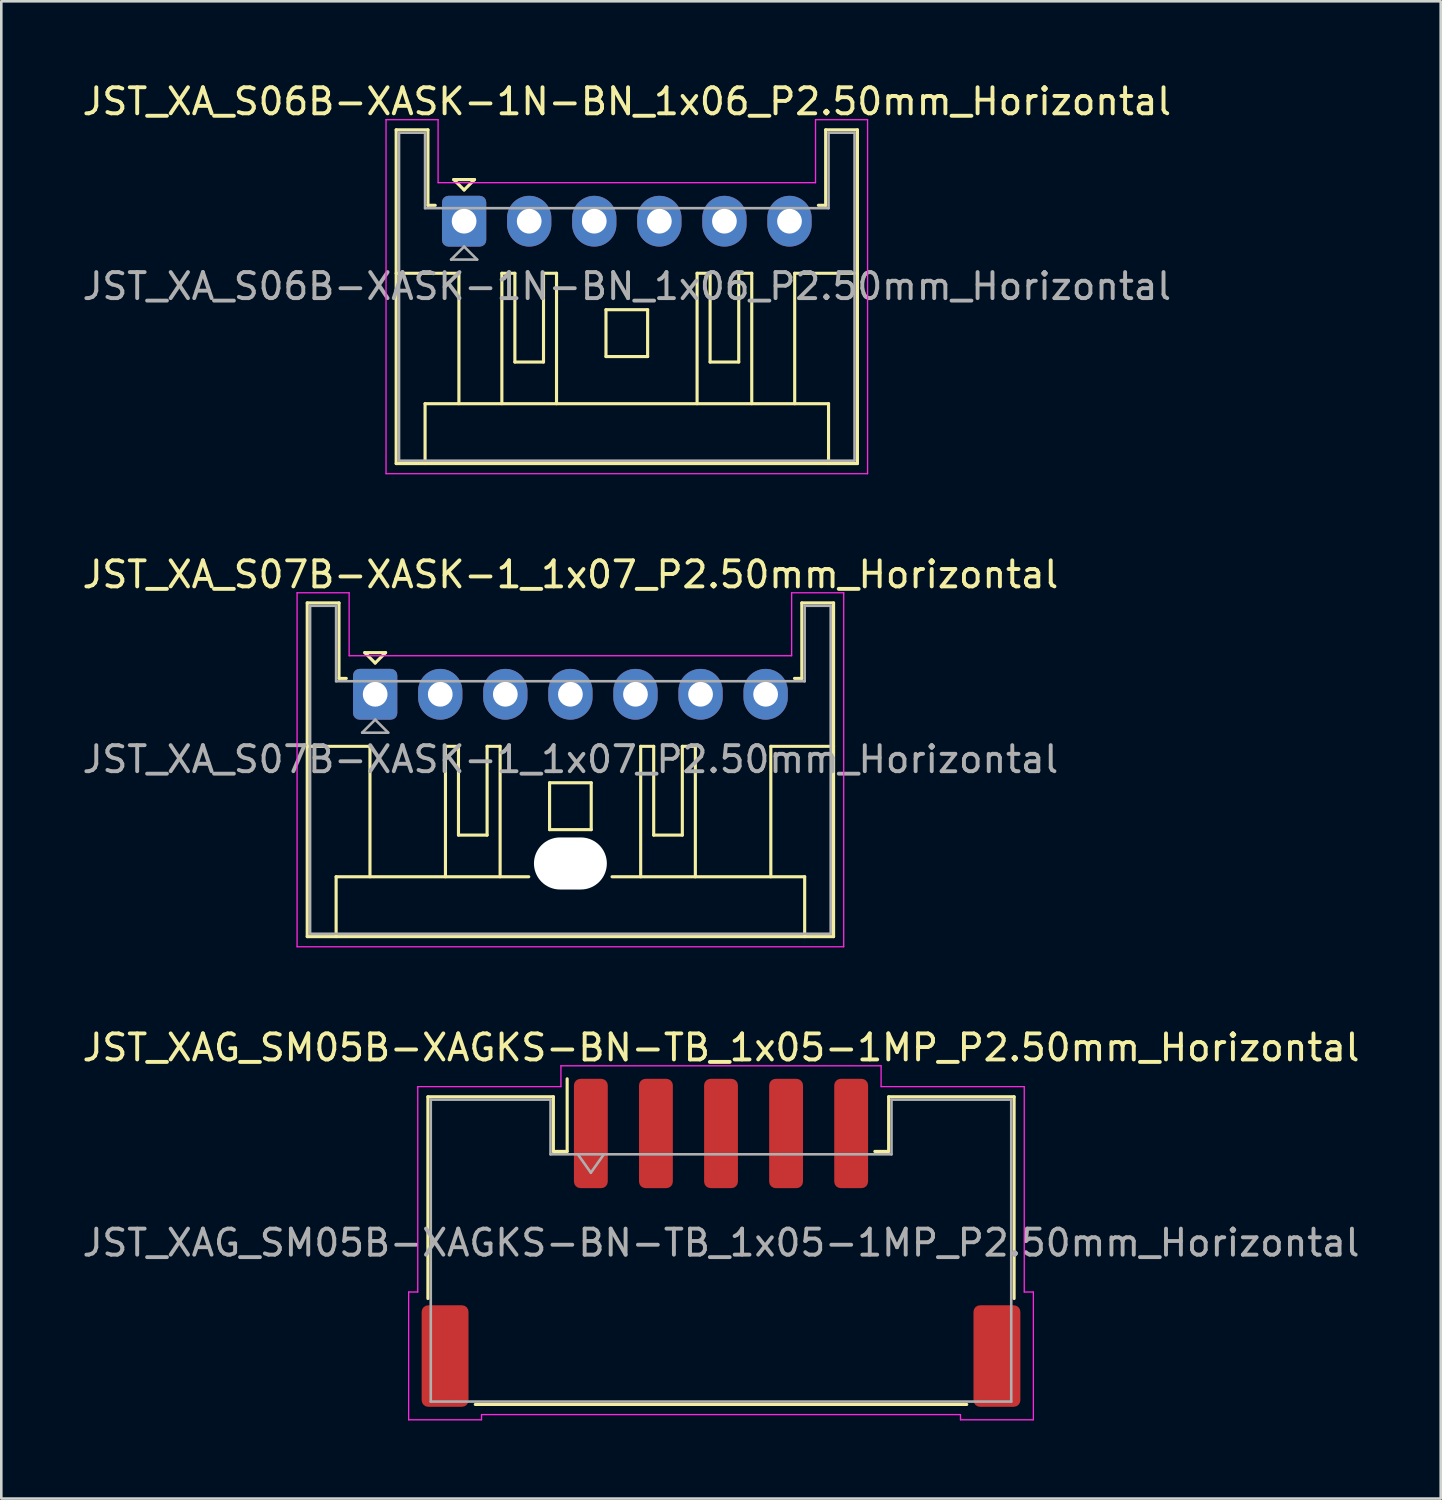
<source format=kicad_pcb>
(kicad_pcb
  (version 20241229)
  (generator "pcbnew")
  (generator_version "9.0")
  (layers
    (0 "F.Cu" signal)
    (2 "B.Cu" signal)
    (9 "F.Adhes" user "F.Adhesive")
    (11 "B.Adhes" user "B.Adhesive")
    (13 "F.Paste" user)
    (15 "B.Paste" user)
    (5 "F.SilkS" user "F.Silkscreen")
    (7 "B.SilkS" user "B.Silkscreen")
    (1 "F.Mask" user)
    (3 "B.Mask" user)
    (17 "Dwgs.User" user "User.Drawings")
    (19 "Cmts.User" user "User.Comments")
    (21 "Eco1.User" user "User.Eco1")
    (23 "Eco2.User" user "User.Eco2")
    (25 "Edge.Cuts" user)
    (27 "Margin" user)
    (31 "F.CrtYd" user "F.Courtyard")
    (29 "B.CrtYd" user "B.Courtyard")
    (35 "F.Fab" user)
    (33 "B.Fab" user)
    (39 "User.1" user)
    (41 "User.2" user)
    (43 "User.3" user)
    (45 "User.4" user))
  (footprint "JST_XA_S06B-XASK-1N-BN_1x06_P2.50mm_Horizontal"
    (layer "F.Cu")
    (at 14.78 5.448)
    (property "Reference" "JST_XA_S06B-XASK-1N-BN_1x06_P2.50mm_Horizontal" (at 6.25 -4.6 0) (layer "F.SilkS") (effects (font (size 1 1) (thickness 0.15))))
    (attr through_hole)
    (fp_line (start -2.61 -3.51) (end -2.61 9.31) (stroke (width 0.12) (type solid)) (layer "F.SilkS"))
    (fp_line (start -2.61 9.31) (end 15.11 9.31) (stroke (width 0.12) (type solid)) (layer "F.SilkS"))
    (fp_line (start -1.5 7.01) (end 14 7.01) (stroke (width 0.12) (type solid)) (layer "F.SilkS"))
    (fp_line (start -1.5 9.31) (end -1.5 7.01) (stroke (width 0.12) (type solid)) (layer "F.SilkS"))
    (fp_line (start -1.39 -3.51) (end -2.61 -3.51) (stroke (width 0.12) (type solid)) (layer "F.SilkS"))
    (fp_line (start -1.39 -0.61) (end -1.39 -3.51) (stroke (width 0.12) (type solid)) (layer "F.SilkS"))
    (fp_line (start -1.11 -0.61) (end -1.39 -0.61) (stroke (width 0.12) (type solid)) (layer "F.SilkS"))
    (fp_line (start -0.4 -1.6) (end 0.4 -1.6) (stroke (width 0.12) (type solid)) (layer "F.SilkS"))
    (fp_line (start -0.2 2) (end -2.61 2) (stroke (width 0.12) (type solid)) (layer "F.SilkS"))
    (fp_line (start -0.2 7.01) (end -0.2 2) (stroke (width 0.12) (type solid)) (layer "F.SilkS"))
    (fp_line (start 0 -1.2) (end -0.4 -1.6) (stroke (width 0.12) (type solid)) (layer "F.SilkS"))
    (fp_line (start 0.4 -1.6) (end 0 -1.2) (stroke (width 0.12) (type solid)) (layer "F.SilkS"))
    (fp_line (start 1.45 2) (end 1.45 7.01) (stroke (width 0.12) (type solid)) (layer "F.SilkS"))
    (fp_line (start 1.95 2) (end 1.45 2) (stroke (width 0.12) (type solid)) (layer "F.SilkS"))
    (fp_line (start 1.95 5.41) (end 1.95 2) (stroke (width 0.12) (type solid)) (layer "F.SilkS"))
    (fp_line (start 3.05 2) (end 3.05 5.41) (stroke (width 0.12) (type solid)) (layer "F.SilkS"))
    (fp_line (start 3.05 5.41) (end 1.95 5.41) (stroke (width 0.12) (type solid)) (layer "F.SilkS"))
    (fp_line (start 3.55 2) (end 3.05 2) (stroke (width 0.12) (type solid)) (layer "F.SilkS"))
    (fp_line (start 3.55 7.01) (end 3.55 2) (stroke (width 0.12) (type solid)) (layer "F.SilkS"))
    (fp_line (start 5.45 3.4) (end 7.05 3.4) (stroke (width 0.12) (type solid)) (layer "F.SilkS"))
    (fp_line (start 5.45 5.2) (end 5.45 3.4) (stroke (width 0.12) (type solid)) (layer "F.SilkS"))
    (fp_line (start 7.05 3.4) (end 7.05 5.2) (stroke (width 0.12) (type solid)) (layer "F.SilkS"))
    (fp_line (start 7.05 5.2) (end 5.45 5.2) (stroke (width 0.12) (type solid)) (layer "F.SilkS"))
    (fp_line (start 8.95 2) (end 9.45 2) (stroke (width 0.12) (type solid)) (layer "F.SilkS"))
    (fp_line (start 8.95 7.01) (end 8.95 2) (stroke (width 0.12) (type solid)) (layer "F.SilkS"))
    (fp_line (start 9.45 2) (end 9.45 5.41) (stroke (width 0.12) (type solid)) (layer "F.SilkS"))
    (fp_line (start 9.45 5.41) (end 10.55 5.41) (stroke (width 0.12) (type solid)) (layer "F.SilkS"))
    (fp_line (start 10.55 2) (end 11.05 2) (stroke (width 0.12) (type solid)) (layer "F.SilkS"))
    (fp_line (start 10.55 5.41) (end 10.55 2) (stroke (width 0.12) (type solid)) (layer "F.SilkS"))
    (fp_line (start 11.05 2) (end 11.05 7.01) (stroke (width 0.12) (type solid)) (layer "F.SilkS"))
    (fp_line (start 12.7 2) (end 15.11 2) (stroke (width 0.12) (type solid)) (layer "F.SilkS"))
    (fp_line (start 12.7 7.01) (end 12.7 2) (stroke (width 0.12) (type solid)) (layer "F.SilkS"))
    (fp_line (start 13.89 -3.51) (end 13.89 -0.61) (stroke (width 0.12) (type solid)) (layer "F.SilkS"))
    (fp_line (start 13.89 -0.61) (end 13.61 -0.61) (stroke (width 0.12) (type solid)) (layer "F.SilkS"))
    (fp_line (start 14 7.01) (end 14 9.31) (stroke (width 0.12) (type solid)) (layer "F.SilkS"))
    (fp_line (start 15.11 -3.51) (end 13.89 -3.51) (stroke (width 0.12) (type solid)) (layer "F.SilkS"))
    (fp_line (start 15.11 9.31) (end 15.11 -3.51) (stroke (width 0.12) (type solid)) (layer "F.SilkS"))
    (fp_line (start -3 -3.9) (end -1 -3.9) (stroke (width 0.05) (type solid)) (layer "F.CrtYd"))
    (fp_line (start -3 9.7) (end -3 -3.9) (stroke (width 0.05) (type solid)) (layer "F.CrtYd"))
    (fp_line (start -1 -3.9) (end -1 -1.48) (stroke (width 0.05) (type solid)) (layer "F.CrtYd"))
    (fp_line (start -1 -1.48) (end 13.5 -1.48) (stroke (width 0.05) (type solid)) (layer "F.CrtYd"))
    (fp_line (start 13.5 -3.9) (end 15.5 -3.9) (stroke (width 0.05) (type solid)) (layer "F.CrtYd"))
    (fp_line (start 13.5 -1.48) (end 13.5 -3.9) (stroke (width 0.05) (type solid)) (layer "F.CrtYd"))
    (fp_line (start 15.5 -3.9) (end 15.5 9.7) (stroke (width 0.05) (type solid)) (layer "F.CrtYd"))
    (fp_line (start 15.5 9.7) (end -3 9.7) (stroke (width 0.05) (type solid)) (layer "F.CrtYd"))
    (fp_line (start -2.5 -3.4) (end -2.5 9.2) (stroke (width 0.1) (type solid)) (layer "F.Fab"))
    (fp_line (start -2.5 9.2) (end 15 9.2) (stroke (width 0.1) (type solid)) (layer "F.Fab"))
    (fp_line (start -1.5 -3.4) (end -2.5 -3.4) (stroke (width 0.1) (type solid)) (layer "F.Fab"))
    (fp_line (start -1.5 -0.5) (end -1.5 -3.4) (stroke (width 0.1) (type solid)) (layer "F.Fab"))
    (fp_line (start -0.5 1.475) (end 0.5 1.475) (stroke (width 0.1) (type solid)) (layer "F.Fab"))
    (fp_line (start 0 0.975) (end -0.5 1.475) (stroke (width 0.1) (type solid)) (layer "F.Fab"))
    (fp_line (start 0.5 1.475) (end 0 0.975) (stroke (width 0.1) (type solid)) (layer "F.Fab"))
    (fp_line (start 14 -3.4) (end 14 -0.5) (stroke (width 0.1) (type solid)) (layer "F.Fab"))
    (fp_line (start 14 -0.5) (end -1.5 -0.5) (stroke (width 0.1) (type solid)) (layer "F.Fab"))
    (fp_line (start 15 -3.4) (end 14 -3.4) (stroke (width 0.1) (type solid)) (layer "F.Fab"))
    (fp_line (start 15 9.2) (end 15 -3.4) (stroke (width 0.1) (type solid)) (layer "F.Fab"))
    (fp_text user "${REFERENCE}" (at 6.25 2.5 0) (layer "F.Fab") (effects (font (size 1 1) (thickness 0.15))))
    (pad "1" thru_hole roundrect (at 0 0) (size 1.7 1.95) (drill 0.95) (layers "*.Cu" "*.Mask") (roundrect_rratio 0.147))
    (pad "2" thru_hole oval (at 2.5 0) (size 1.7 1.95) (drill 0.95) (layers "*.Cu" "*.Mask"))
    (pad "3" thru_hole oval (at 5 0) (size 1.7 1.95) (drill 0.95) (layers "*.Cu" "*.Mask"))
    (pad "4" thru_hole oval (at 7.5 0) (size 1.7 1.95) (drill 0.95) (layers "*.Cu" "*.Mask"))
    (pad "5" thru_hole oval (at 10 0) (size 1.7 1.95) (drill 0.95) (layers "*.Cu" "*.Mask"))
    (pad "6" thru_hole oval (at 12.5 0) (size 1.7 1.95) (drill 0.95) (layers "*.Cu" "*.Mask")))
  (footprint "JST_XA_S07B-XASK-1_1x07_P2.50mm_Horizontal"
    (layer "F.Cu")
    (at 11.363 23.622)
    (property "Reference" "JST_XA_S07B-XASK-1_1x07_P2.50mm_Horizontal" (at 7.5 -4.6 0) (layer "F.SilkS") (effects (font (size 1 1) (thickness 0.15))))
    (attr through_hole)
    (fp_line (start -2.61 -3.51) (end -2.61 9.31) (stroke (width 0.12) (type solid)) (layer "F.SilkS"))
    (fp_line (start -2.61 9.31) (end 17.61 9.31) (stroke (width 0.12) (type solid)) (layer "F.SilkS"))
    (fp_line (start -1.5 7.01) (end 5.9 7.01) (stroke (width 0.12) (type solid)) (layer "F.SilkS"))
    (fp_line (start -1.5 9.31) (end -1.5 7.01) (stroke (width 0.12) (type solid)) (layer "F.SilkS"))
    (fp_line (start -1.39 -3.51) (end -2.61 -3.51) (stroke (width 0.12) (type solid)) (layer "F.SilkS"))
    (fp_line (start -1.39 -0.61) (end -1.39 -3.51) (stroke (width 0.12) (type solid)) (layer "F.SilkS"))
    (fp_line (start -1.11 -0.61) (end -1.39 -0.61) (stroke (width 0.12) (type solid)) (layer "F.SilkS"))
    (fp_line (start -0.4 -1.6) (end 0.4 -1.6) (stroke (width 0.12) (type solid)) (layer "F.SilkS"))
    (fp_line (start -0.2 2) (end -2.61 2) (stroke (width 0.12) (type solid)) (layer "F.SilkS"))
    (fp_line (start -0.2 7.01) (end -0.2 2) (stroke (width 0.12) (type solid)) (layer "F.SilkS"))
    (fp_line (start 0 -1.2) (end -0.4 -1.6) (stroke (width 0.12) (type solid)) (layer "F.SilkS"))
    (fp_line (start 0.4 -1.6) (end 0 -1.2) (stroke (width 0.12) (type solid)) (layer "F.SilkS"))
    (fp_line (start 2.7 2) (end 2.7 7.01) (stroke (width 0.12) (type solid)) (layer "F.SilkS"))
    (fp_line (start 3.2 2) (end 2.7 2) (stroke (width 0.12) (type solid)) (layer "F.SilkS"))
    (fp_line (start 3.2 5.41) (end 3.2 2) (stroke (width 0.12) (type solid)) (layer "F.SilkS"))
    (fp_line (start 4.3 2) (end 4.3 5.41) (stroke (width 0.12) (type solid)) (layer "F.SilkS"))
    (fp_line (start 4.3 5.41) (end 3.2 5.41) (stroke (width 0.12) (type solid)) (layer "F.SilkS"))
    (fp_line (start 4.8 2) (end 4.3 2) (stroke (width 0.12) (type solid)) (layer "F.SilkS"))
    (fp_line (start 4.8 7.01) (end 4.8 2) (stroke (width 0.12) (type solid)) (layer "F.SilkS"))
    (fp_line (start 6.7 3.4) (end 8.3 3.4) (stroke (width 0.12) (type solid)) (layer "F.SilkS"))
    (fp_line (start 6.7 5.2) (end 6.7 3.4) (stroke (width 0.12) (type solid)) (layer "F.SilkS"))
    (fp_line (start 8.3 3.4) (end 8.3 5.2) (stroke (width 0.12) (type solid)) (layer "F.SilkS"))
    (fp_line (start 8.3 5.2) (end 6.7 5.2) (stroke (width 0.12) (type solid)) (layer "F.SilkS"))
    (fp_line (start 9.1 7.01) (end 16.5 7.01) (stroke (width 0.12) (type solid)) (layer "F.SilkS"))
    (fp_line (start 10.2 2) (end 10.7 2) (stroke (width 0.12) (type solid)) (layer "F.SilkS"))
    (fp_line (start 10.2 7.01) (end 10.2 2) (stroke (width 0.12) (type solid)) (layer "F.SilkS"))
    (fp_line (start 10.7 2) (end 10.7 5.41) (stroke (width 0.12) (type solid)) (layer "F.SilkS"))
    (fp_line (start 10.7 5.41) (end 11.8 5.41) (stroke (width 0.12) (type solid)) (layer "F.SilkS"))
    (fp_line (start 11.8 2) (end 12.3 2) (stroke (width 0.12) (type solid)) (layer "F.SilkS"))
    (fp_line (start 11.8 5.41) (end 11.8 2) (stroke (width 0.12) (type solid)) (layer "F.SilkS"))
    (fp_line (start 12.3 2) (end 12.3 7.01) (stroke (width 0.12) (type solid)) (layer "F.SilkS"))
    (fp_line (start 15.2 2) (end 17.61 2) (stroke (width 0.12) (type solid)) (layer "F.SilkS"))
    (fp_line (start 15.2 7.01) (end 15.2 2) (stroke (width 0.12) (type solid)) (layer "F.SilkS"))
    (fp_line (start 16.39 -3.51) (end 16.39 -0.61) (stroke (width 0.12) (type solid)) (layer "F.SilkS"))
    (fp_line (start 16.39 -0.61) (end 16.11 -0.61) (stroke (width 0.12) (type solid)) (layer "F.SilkS"))
    (fp_line (start 16.5 7.01) (end 16.5 9.31) (stroke (width 0.12) (type solid)) (layer "F.SilkS"))
    (fp_line (start 17.61 -3.51) (end 16.39 -3.51) (stroke (width 0.12) (type solid)) (layer "F.SilkS"))
    (fp_line (start 17.61 9.31) (end 17.61 -3.51) (stroke (width 0.12) (type solid)) (layer "F.SilkS"))
    (fp_line (start -3 -3.9) (end -1 -3.9) (stroke (width 0.05) (type solid)) (layer "F.CrtYd"))
    (fp_line (start -3 9.7) (end -3 -3.9) (stroke (width 0.05) (type solid)) (layer "F.CrtYd"))
    (fp_line (start -1 -3.9) (end -1 -1.48) (stroke (width 0.05) (type solid)) (layer "F.CrtYd"))
    (fp_line (start -1 -1.48) (end 16 -1.48) (stroke (width 0.05) (type solid)) (layer "F.CrtYd"))
    (fp_line (start 16 -3.9) (end 18 -3.9) (stroke (width 0.05) (type solid)) (layer "F.CrtYd"))
    (fp_line (start 16 -1.48) (end 16 -3.9) (stroke (width 0.05) (type solid)) (layer "F.CrtYd"))
    (fp_line (start 18 -3.9) (end 18 9.7) (stroke (width 0.05) (type solid)) (layer "F.CrtYd"))
    (fp_line (start 18 9.7) (end -3 9.7) (stroke (width 0.05) (type solid)) (layer "F.CrtYd"))
    (fp_line (start -2.5 -3.4) (end -2.5 9.2) (stroke (width 0.1) (type solid)) (layer "F.Fab"))
    (fp_line (start -2.5 9.2) (end 17.5 9.2) (stroke (width 0.1) (type solid)) (layer "F.Fab"))
    (fp_line (start -1.5 -3.4) (end -2.5 -3.4) (stroke (width 0.1) (type solid)) (layer "F.Fab"))
    (fp_line (start -1.5 -0.5) (end -1.5 -3.4) (stroke (width 0.1) (type solid)) (layer "F.Fab"))
    (fp_line (start -0.5 1.475) (end 0.5 1.475) (stroke (width 0.1) (type solid)) (layer "F.Fab"))
    (fp_line (start 0 0.975) (end -0.5 1.475) (stroke (width 0.1) (type solid)) (layer "F.Fab"))
    (fp_line (start 0.5 1.475) (end 0 0.975) (stroke (width 0.1) (type solid)) (layer "F.Fab"))
    (fp_line (start 16.5 -3.4) (end 16.5 -0.5) (stroke (width 0.1) (type solid)) (layer "F.Fab"))
    (fp_line (start 16.5 -0.5) (end -1.5 -0.5) (stroke (width 0.1) (type solid)) (layer "F.Fab"))
    (fp_line (start 17.5 -3.4) (end 16.5 -3.4) (stroke (width 0.1) (type solid)) (layer "F.Fab"))
    (fp_line (start 17.5 9.2) (end 17.5 -3.4) (stroke (width 0.1) (type solid)) (layer "F.Fab"))
    (fp_text user "${REFERENCE}" (at 7.5 2.5 0) (layer "F.Fab") (effects (font (size 1 1) (thickness 0.15))))
    (pad "" np_thru_hole oval (at 7.5 6.5) (size 2.8 2) (drill oval 2.8 2) (layers "*.Cu" "*.Mask"))
    (pad "1" thru_hole roundrect (at 0 0) (size 1.7 1.95) (drill 0.95) (layers "*.Cu" "*.Mask") (roundrect_rratio 0.147))
    (pad "2" thru_hole oval (at 2.5 0) (size 1.7 1.95) (drill 0.95) (layers "*.Cu" "*.Mask"))
    (pad "3" thru_hole oval (at 5 0) (size 1.7 1.95) (drill 0.95) (layers "*.Cu" "*.Mask"))
    (pad "4" thru_hole oval (at 7.5 0) (size 1.7 1.95) (drill 0.95) (layers "*.Cu" "*.Mask"))
    (pad "5" thru_hole oval (at 10 0) (size 1.7 1.95) (drill 0.95) (layers "*.Cu" "*.Mask"))
    (pad "6" thru_hole oval (at 12.5 0) (size 1.7 1.95) (drill 0.95) (layers "*.Cu" "*.Mask"))
    (pad "7" thru_hole oval (at 15 0) (size 1.7 1.95) (drill 0.95) (layers "*.Cu" "*.Mask")))
  (footprint "JST_XAG_SM05B-XAGKS-BN-TB_1x05-1MP_P2.50mm_Horizontal"
    (layer "F.Cu")
    (at 24.649 44.695)
    (property "Reference" "JST_XAG_SM05B-XAGKS-BN-TB_1x05-1MP_P2.50mm_Horizontal" (at 0 -7.5 0) (layer "F.SilkS") (effects (font (size 1 1) (thickness 0.15))))
    (attr smd)
    (fp_line (start -11.26 -5.61) (end -6.44 -5.61) (stroke (width 0.12) (type solid)) (layer "F.SilkS"))
    (fp_line (start -11.26 2.14) (end -11.26 -5.61) (stroke (width 0.12) (type solid)) (layer "F.SilkS"))
    (fp_line (start -9.44 6.21) (end 9.44 6.21) (stroke (width 0.12) (type solid)) (layer "F.SilkS"))
    (fp_line (start -6.44 -5.61) (end -6.44 -3.51) (stroke (width 0.12) (type solid)) (layer "F.SilkS"))
    (fp_line (start -6.44 -3.51) (end -5.91 -3.51) (stroke (width 0.12) (type solid)) (layer "F.SilkS"))
    (fp_line (start -5.91 -3.51) (end -5.91 -6.3) (stroke (width 0.12) (type solid)) (layer "F.SilkS"))
    (fp_line (start 6.44 -5.61) (end 6.44 -3.51) (stroke (width 0.12) (type solid)) (layer "F.SilkS"))
    (fp_line (start 6.44 -3.51) (end 5.91 -3.51) (stroke (width 0.12) (type solid)) (layer "F.SilkS"))
    (fp_line (start 11.26 -5.61) (end 6.44 -5.61) (stroke (width 0.12) (type solid)) (layer "F.SilkS"))
    (fp_line (start 11.26 2.14) (end 11.26 -5.61) (stroke (width 0.12) (type solid)) (layer "F.SilkS"))
    (fp_line (start -12 1.89) (end -11.65 1.89) (stroke (width 0.05) (type solid)) (layer "F.CrtYd"))
    (fp_line (start -12 6.8) (end -12 1.89) (stroke (width 0.05) (type solid)) (layer "F.CrtYd"))
    (fp_line (start -11.65 -6) (end -6.15 -6) (stroke (width 0.05) (type solid)) (layer "F.CrtYd"))
    (fp_line (start -11.65 1.89) (end -11.65 -6) (stroke (width 0.05) (type solid)) (layer "F.CrtYd"))
    (fp_line (start -9.2 6.6) (end -9.2 6.8) (stroke (width 0.05) (type solid)) (layer "F.CrtYd"))
    (fp_line (start -9.2 6.8) (end -12 6.8) (stroke (width 0.05) (type solid)) (layer "F.CrtYd"))
    (fp_line (start -6.15 -6.8) (end 6.15 -6.8) (stroke (width 0.05) (type solid)) (layer "F.CrtYd"))
    (fp_line (start -6.15 -6) (end -6.15 -6.8) (stroke (width 0.05) (type solid)) (layer "F.CrtYd"))
    (fp_line (start 6.15 -6.8) (end 6.15 -6) (stroke (width 0.05) (type solid)) (layer "F.CrtYd"))
    (fp_line (start 6.15 -6) (end 11.65 -6) (stroke (width 0.05) (type solid)) (layer "F.CrtYd"))
    (fp_line (start 9.2 6.6) (end -9.2 6.6) (stroke (width 0.05) (type solid)) (layer "F.CrtYd"))
    (fp_line (start 9.2 6.8) (end 9.2 6.6) (stroke (width 0.05) (type solid)) (layer "F.CrtYd"))
    (fp_line (start 11.65 -6) (end 11.65 1.89) (stroke (width 0.05) (type solid)) (layer "F.CrtYd"))
    (fp_line (start 11.65 1.89) (end 12 1.89) (stroke (width 0.05) (type solid)) (layer "F.CrtYd"))
    (fp_line (start 12 1.89) (end 12 6.8) (stroke (width 0.05) (type solid)) (layer "F.CrtYd"))
    (fp_line (start 12 6.8) (end 9.2 6.8) (stroke (width 0.05) (type solid)) (layer "F.CrtYd"))
    (fp_line (start -11.15 -5.5) (end -11.15 6.1) (stroke (width 0.1) (type solid)) (layer "F.Fab"))
    (fp_line (start -11.15 -5.5) (end -6.55 -5.5) (stroke (width 0.1) (type solid)) (layer "F.Fab"))
    (fp_line (start -11.15 6.1) (end 11.15 6.1) (stroke (width 0.1) (type solid)) (layer "F.Fab"))
    (fp_line (start -6.55 -5.5) (end -6.55 -3.4) (stroke (width 0.1) (type solid)) (layer "F.Fab"))
    (fp_line (start -6.55 -3.4) (end 6.55 -3.4) (stroke (width 0.1) (type solid)) (layer "F.Fab"))
    (fp_line (start -5.5 -3.4) (end -5 -2.693) (stroke (width 0.1) (type solid)) (layer "F.Fab"))
    (fp_line (start -5 -2.693) (end -4.5 -3.4) (stroke (width 0.1) (type solid)) (layer "F.Fab"))
    (fp_line (start 6.55 -5.5) (end 11.15 -5.5) (stroke (width 0.1) (type solid)) (layer "F.Fab"))
    (fp_line (start 6.55 -3.4) (end 6.55 -5.5) (stroke (width 0.1) (type solid)) (layer "F.Fab"))
    (fp_line (start 11.15 -5.5) (end 11.15 6.1) (stroke (width 0.1) (type solid)) (layer "F.Fab"))
    (fp_text user "${REFERENCE}" (at 0 0 0) (layer "F.Fab") (effects (font (size 1 1) (thickness 0.15))))
    (pad "1" smd roundrect (at -5 -4.2) (size 1.3 4.2) (layers "F.Cu" "F.Mask" "F.Paste") (roundrect_rratio 0.192))
    (pad "2" smd roundrect (at -2.5 -4.2) (size 1.3 4.2) (layers "F.Cu" "F.Mask" "F.Paste") (roundrect_rratio 0.192))
    (pad "3" smd roundrect (at 0 -4.2) (size 1.3 4.2) (layers "F.Cu" "F.Mask" "F.Paste") (roundrect_rratio 0.192))
    (pad "4" smd roundrect (at 2.5 -4.2) (size 1.3 4.2) (layers "F.Cu" "F.Mask" "F.Paste") (roundrect_rratio 0.192))
    (pad "5" smd roundrect (at 5 -4.2) (size 1.3 4.2) (layers "F.Cu" "F.Mask" "F.Paste") (roundrect_rratio 0.192))
    (pad "MP" smd roundrect (at -10.6 4.35) (size 1.8 3.9) (layers "F.Cu" "F.Mask" "F.Paste") (roundrect_rratio 0.139))
    (pad "MP" smd roundrect (at 10.6 4.35) (size 1.8 3.9) (layers "F.Cu" "F.Mask" "F.Paste") (roundrect_rratio 0.139)))
  (gr_rect
    (start -3 -3)
    (end 52.298 54.52)
    (stroke (width 0.1) (type default))
    (fill no)
    (layer "Edge.Cuts")))
</source>
